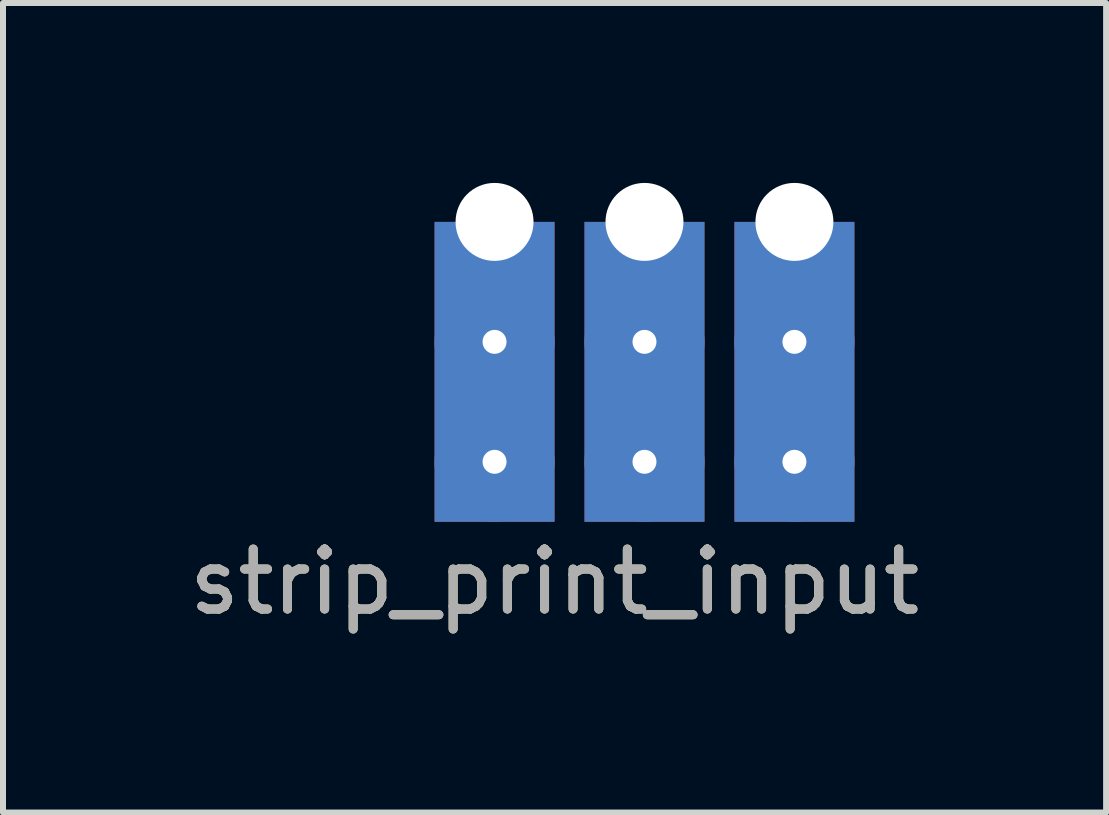
<source format=kicad_pcb>
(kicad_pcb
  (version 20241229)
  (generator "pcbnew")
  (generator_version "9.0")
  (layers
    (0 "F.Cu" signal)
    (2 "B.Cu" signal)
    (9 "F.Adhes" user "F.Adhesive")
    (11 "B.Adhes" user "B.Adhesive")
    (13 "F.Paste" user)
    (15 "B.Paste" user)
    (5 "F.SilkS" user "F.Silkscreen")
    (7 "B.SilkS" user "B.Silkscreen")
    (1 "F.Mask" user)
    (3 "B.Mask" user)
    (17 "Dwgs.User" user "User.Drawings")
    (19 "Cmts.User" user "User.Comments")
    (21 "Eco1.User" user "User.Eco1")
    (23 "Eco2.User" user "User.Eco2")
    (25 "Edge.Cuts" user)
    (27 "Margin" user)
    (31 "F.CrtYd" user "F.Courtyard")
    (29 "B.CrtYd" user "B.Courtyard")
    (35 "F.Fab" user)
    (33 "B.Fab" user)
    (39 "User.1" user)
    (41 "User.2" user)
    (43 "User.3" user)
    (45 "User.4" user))
  (footprint "strip_print_input"
    (layer "F.Cu")
    (at 7.696 0.65)
    (property "Reference" "strip_print_input" (at -1.5 6 0) (unlocked yes) (layer "F.SilkS") (effects (font (size 1 1) (thickness 0.15))))
    (attr through_hole)
    (fp_text user "${REFERENCE}" (at -1.5 6 0) (unlocked yes) (layer "F.Fab") (effects (font (size 1 1) (thickness 0.15))))
    (pad "1" thru_hole rect (at -2.5 0) (size 2 5) (drill 1.3 (offset 0 2.5)) (layers "*.Cu" "*.Mask"))
    (pad "1" thru_hole circle (at -2.5 2) (size 2 2) (drill 0.4) (layers "*.Cu" "*.Mask"))
    (pad "1" thru_hole circle (at -2.5 4) (size 2 2) (drill 0.4) (layers "*.Cu" "*.Mask"))
    (pad "2" thru_hole rect (at 0 0) (size 2 5) (drill 1.3 (offset 0 2.5)) (layers "*.Cu" "*.Mask"))
    (pad "2" thru_hole circle (at 0 2) (size 2 2) (drill 0.4) (layers "*.Cu" "*.Mask"))
    (pad "2" thru_hole circle (at 0 4) (size 2 2) (drill 0.4) (layers "*.Cu" "*.Mask"))
    (pad "3" thru_hole rect (at 2.5 0) (size 2 5) (drill 1.3 (offset 0 2.5)) (layers "*.Cu" "*.Mask"))
    (pad "3" thru_hole circle (at 2.5 2) (size 2 2) (drill 0.4) (layers "*.Cu" "*.Mask"))
    (pad "3" thru_hole circle (at 2.5 4) (size 2 2) (drill 0.4) (layers "*.Cu" "*.Mask")))
  (gr_rect
    (start -3 -3)
    (end 15.393 10.498)
    (stroke (width 0.1) (type default))
    (fill no)
    (layer "Edge.Cuts")))
</source>
